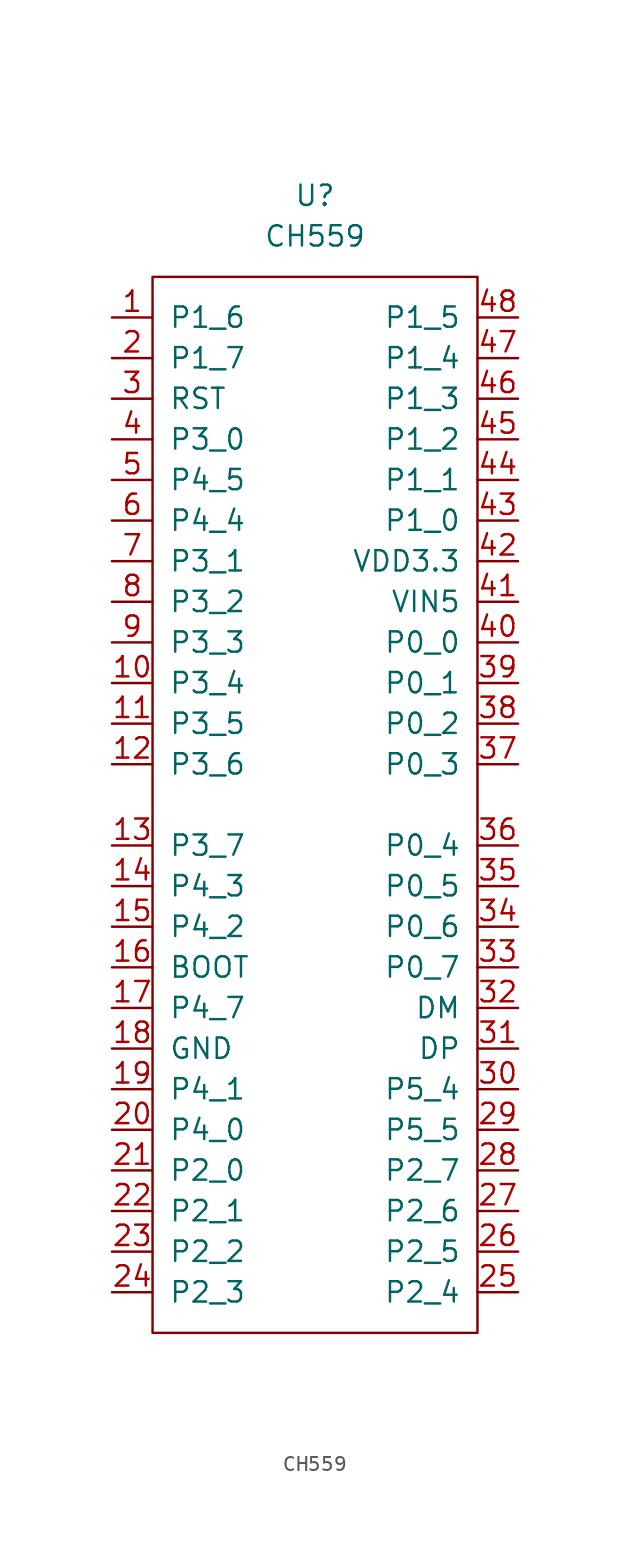
<source format=kicad_sym>
(kicad_symbol_lib
  (version 20211014)
  (generator kicad_symbol_editor)
  (symbol "CH559"
    (pin_names
      (offset 1.016))
    (property "Reference" "U"
      (at 0 36.83 0)
      (effects (font (size 1.27 1.27))))
    (property "Value" "CH559"
      (at 0 34.29 0)
      (effects (font (size 1.27 1.27))))
    (symbol "CH559_0_1"
      (rectangle (start -10.16 31.75) (end 10.16 -34.29) (stroke (width 0) (type default) (color 0 0 0 0)) (fill (type none))))
    (symbol "CH559_1_1"
      (pin tri_state line (at -12.7 29.21 0) (length 2.54) (name "P1_6" (effects (font (size 1.27 1.27)))) (number "1" (effects (font (size 1.27 1.27)))))
      (pin tri_state line (at -12.7 6.35 0) (length 2.54) (name "P3_4" (effects (font (size 1.27 1.27)))) (number "10" (effects (font (size 1.27 1.27)))))
      (pin tri_state line (at -12.7 3.81 0) (length 2.54) (name "P3_5" (effects (font (size 1.27 1.27)))) (number "11" (effects (font (size 1.27 1.27)))))
      (pin tri_state line (at -12.7 1.27 0) (length 2.54) (name "P3_6" (effects (font (size 1.27 1.27)))) (number "12" (effects (font (size 1.27 1.27)))))
      (pin tri_state line (at -12.7 -3.81 0) (length 2.54) (name "P3_7" (effects (font (size 1.27 1.27)))) (number "13" (effects (font (size 1.27 1.27)))))
      (pin tri_state line (at -12.7 -6.35 0) (length 2.54) (name "P4_3" (effects (font (size 1.27 1.27)))) (number "14" (effects (font (size 1.27 1.27)))))
      (pin tri_state line (at -12.7 -8.89 0) (length 2.54) (name "P4_2" (effects (font (size 1.27 1.27)))) (number "15" (effects (font (size 1.27 1.27)))))
      (pin tri_state line (at -12.7 -11.43 0) (length 2.54) (name "BOOT" (effects (font (size 1.27 1.27)))) (number "16" (effects (font (size 1.27 1.27)))))
      (pin tri_state line (at -12.7 -13.97 0) (length 2.54) (name "P4_7" (effects (font (size 1.27 1.27)))) (number "17" (effects (font (size 1.27 1.27)))))
      (pin power_in line (at -12.7 -16.51 0) (length 2.54) (name "GND" (effects (font (size 1.27 1.27)))) (number "18" (effects (font (size 1.27 1.27)))))
      (pin tri_state line (at -12.7 -19.05 0) (length 2.54) (name "P4_1" (effects (font (size 1.27 1.27)))) (number "19" (effects (font (size 1.27 1.27)))))
      (pin tri_state line (at -12.7 26.67 0) (length 2.54) (name "P1_7" (effects (font (size 1.27 1.27)))) (number "2" (effects (font (size 1.27 1.27)))))
      (pin tri_state line (at -12.7 -21.59 0) (length 2.54) (name "P4_0" (effects (font (size 1.27 1.27)))) (number "20" (effects (font (size 1.27 1.27)))))
      (pin tri_state line (at -12.7 -24.13 0) (length 2.54) (name "P2_0" (effects (font (size 1.27 1.27)))) (number "21" (effects (font (size 1.27 1.27)))))
      (pin tri_state line (at -12.7 -26.67 0) (length 2.54) (name "P2_1" (effects (font (size 1.27 1.27)))) (number "22" (effects (font (size 1.27 1.27)))))
      (pin tri_state line (at -12.7 -29.21 0) (length 2.54) (name "P2_2" (effects (font (size 1.27 1.27)))) (number "23" (effects (font (size 1.27 1.27)))))
      (pin tri_state line (at -12.7 -31.75 0) (length 2.54) (name "P2_3" (effects (font (size 1.27 1.27)))) (number "24" (effects (font (size 1.27 1.27)))))
      (pin tri_state line (at 12.7 -31.75 180) (length 2.54) (name "P2_4" (effects (font (size 1.27 1.27)))) (number "25" (effects (font (size 1.27 1.27)))))
      (pin tri_state line (at 12.7 -29.21 180) (length 2.54) (name "P2_5" (effects (font (size 1.27 1.27)))) (number "26" (effects (font (size 1.27 1.27)))))
      (pin tri_state line (at 12.7 -26.67 180) (length 2.54) (name "P2_6" (effects (font (size 1.27 1.27)))) (number "27" (effects (font (size 1.27 1.27)))))
      (pin tri_state line (at 12.7 -24.13 180) (length 2.54) (name "P2_7" (effects (font (size 1.27 1.27)))) (number "28" (effects (font (size 1.27 1.27)))))
      (pin tri_state line (at 12.7 -21.59 180) (length 2.54) (name "P5_5" (effects (font (size 1.27 1.27)))) (number "29" (effects (font (size 1.27 1.27)))))
      (pin tri_state line (at -12.7 24.13 0) (length 2.54) (name "RST" (effects (font (size 1.27 1.27)))) (number "3" (effects (font (size 1.27 1.27)))))
      (pin tri_state line (at 12.7 -19.05 180) (length 2.54) (name "P5_4" (effects (font (size 1.27 1.27)))) (number "30" (effects (font (size 1.27 1.27)))))
      (pin tri_state line (at 12.7 -16.51 180) (length 2.54) (name "DP" (effects (font (size 1.27 1.27)))) (number "31" (effects (font (size 1.27 1.27)))))
      (pin tri_state line (at 12.7 -13.97 180) (length 2.54) (name "DM" (effects (font (size 1.27 1.27)))) (number "32" (effects (font (size 1.27 1.27)))))
      (pin tri_state line (at 12.7 -11.43 180) (length 2.54) (name "P0_7" (effects (font (size 1.27 1.27)))) (number "33" (effects (font (size 1.27 1.27)))))
      (pin tri_state line (at 12.7 -8.89 180) (length 2.54) (name "P0_6" (effects (font (size 1.27 1.27)))) (number "34" (effects (font (size 1.27 1.27)))))
      (pin tri_state line (at 12.7 -6.35 180) (length 2.54) (name "P0_5" (effects (font (size 1.27 1.27)))) (number "35" (effects (font (size 1.27 1.27)))))
      (pin tri_state line (at 12.7 -3.81 180) (length 2.54) (name "P0_4" (effects (font (size 1.27 1.27)))) (number "36" (effects (font (size 1.27 1.27)))))
      (pin tri_state line (at 12.7 1.27 180) (length 2.54) (name "P0_3" (effects (font (size 1.27 1.27)))) (number "37" (effects (font (size 1.27 1.27)))))
      (pin tri_state line (at 12.7 3.81 180) (length 2.54) (name "P0_2" (effects (font (size 1.27 1.27)))) (number "38" (effects (font (size 1.27 1.27)))))
      (pin tri_state line (at 12.7 6.35 180) (length 2.54) (name "P0_1" (effects (font (size 1.27 1.27)))) (number "39" (effects (font (size 1.27 1.27)))))
      (pin tri_state line (at -12.7 21.59 0) (length 2.54) (name "P3_0" (effects (font (size 1.27 1.27)))) (number "4" (effects (font (size 1.27 1.27)))))
      (pin tri_state line (at 12.7 8.89 180) (length 2.54) (name "P0_0" (effects (font (size 1.27 1.27)))) (number "40" (effects (font (size 1.27 1.27)))))
      (pin power_in line (at 12.7 11.43 180) (length 2.54) (name "VIN5" (effects (font (size 1.27 1.27)))) (number "41" (effects (font (size 1.27 1.27)))))
      (pin power_out line (at 12.7 13.97 180) (length 2.54) (name "VDD3.3" (effects (font (size 1.27 1.27)))) (number "42" (effects (font (size 1.27 1.27)))))
      (pin tri_state line (at 12.7 16.51 180) (length 2.54) (name "P1_0" (effects (font (size 1.27 1.27)))) (number "43" (effects (font (size 1.27 1.27)))))
      (pin tri_state line (at 12.7 19.05 180) (length 2.54) (name "P1_1" (effects (font (size 1.27 1.27)))) (number "44" (effects (font (size 1.27 1.27)))))
      (pin tri_state line (at 12.7 21.59 180) (length 2.54) (name "P1_2" (effects (font (size 1.27 1.27)))) (number "45" (effects (font (size 1.27 1.27)))))
      (pin tri_state line (at 12.7 24.13 180) (length 2.54) (name "P1_3" (effects (font (size 1.27 1.27)))) (number "46" (effects (font (size 1.27 1.27)))))
      (pin tri_state line (at 12.7 26.67 180) (length 2.54) (name "P1_4" (effects (font (size 1.27 1.27)))) (number "47" (effects (font (size 1.27 1.27)))))
      (pin tri_state line (at 12.7 29.21 180) (length 2.54) (name "P1_5" (effects (font (size 1.27 1.27)))) (number "48" (effects (font (size 1.27 1.27)))))
      (pin tri_state line (at -12.7 19.05 0) (length 2.54) (name "P4_5" (effects (font (size 1.27 1.27)))) (number "5" (effects (font (size 1.27 1.27)))))
      (pin tri_state line (at -12.7 16.51 0) (length 2.54) (name "P4_4" (effects (font (size 1.27 1.27)))) (number "6" (effects (font (size 1.27 1.27)))))
      (pin tri_state line (at -12.7 13.97 0) (length 2.54) (name "P3_1" (effects (font (size 1.27 1.27)))) (number "7" (effects (font (size 1.27 1.27)))))
      (pin tri_state line (at -12.7 11.43 0) (length 2.54) (name "P3_2" (effects (font (size 1.27 1.27)))) (number "8" (effects (font (size 1.27 1.27)))))
      (pin tri_state line (at -12.7 8.89 0) (length 2.54) (name "P3_3" (effects (font (size 1.27 1.27)))) (number "9" (effects (font (size 1.27 1.27))))))))
</source>
